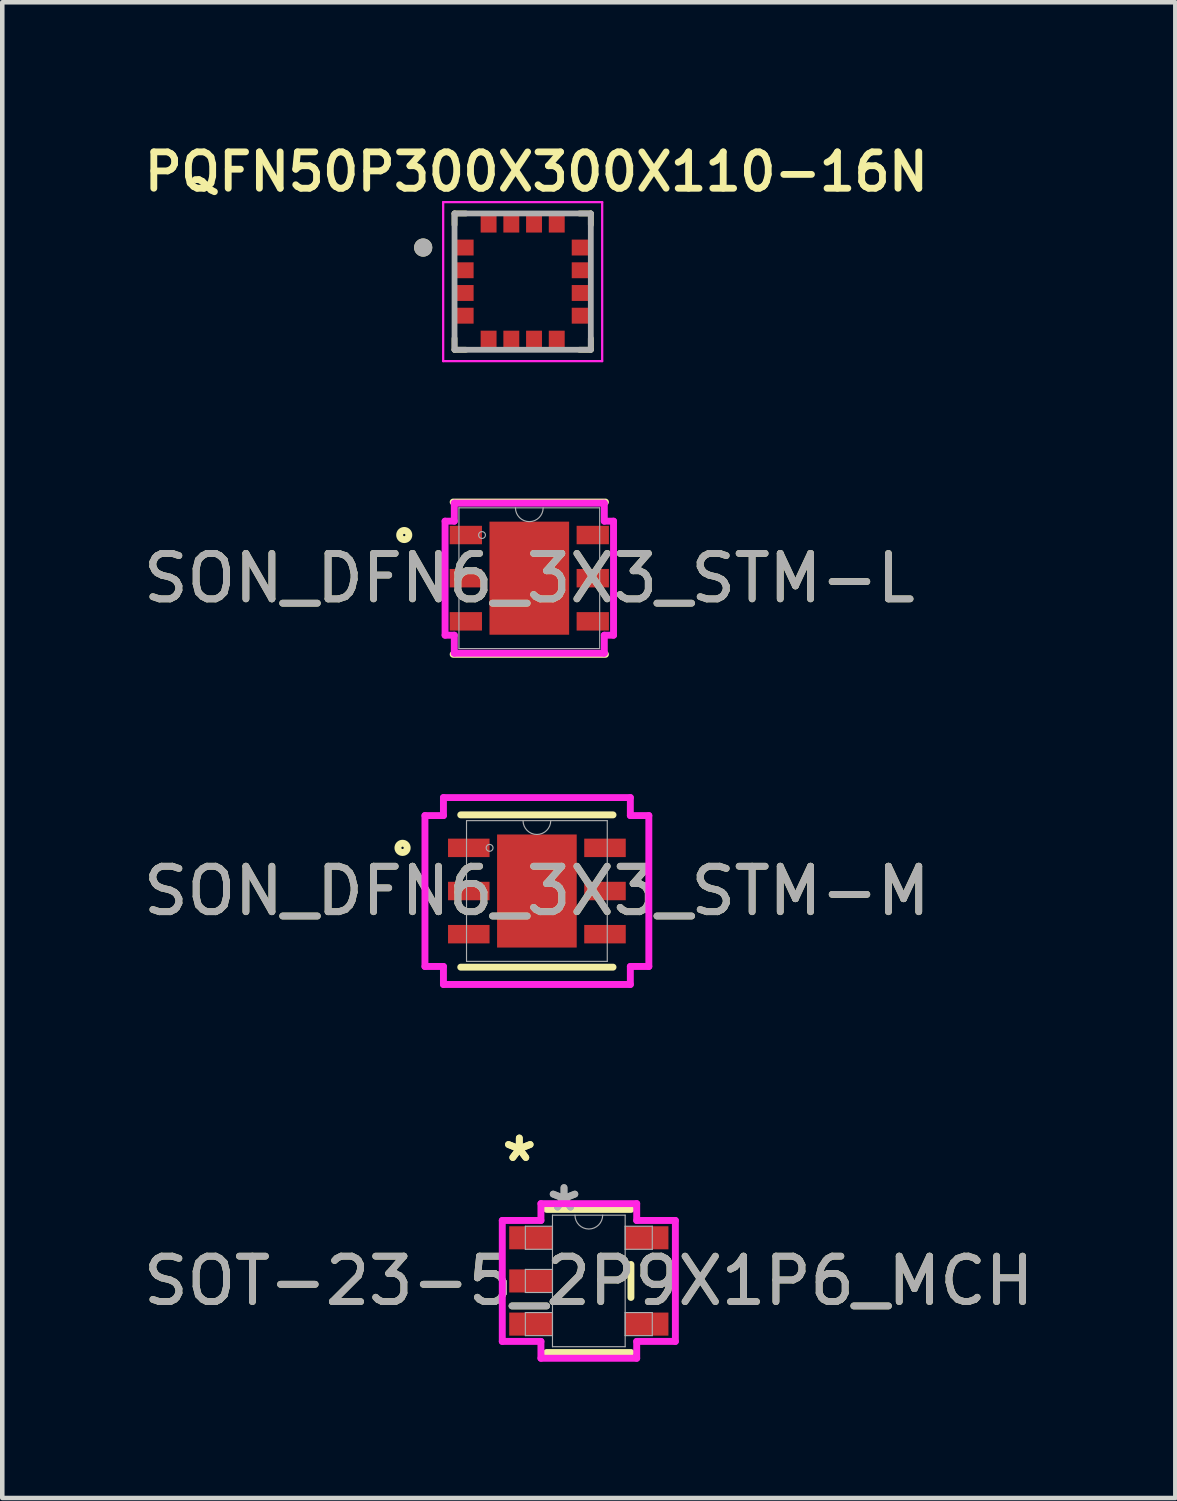
<source format=kicad_pcb>
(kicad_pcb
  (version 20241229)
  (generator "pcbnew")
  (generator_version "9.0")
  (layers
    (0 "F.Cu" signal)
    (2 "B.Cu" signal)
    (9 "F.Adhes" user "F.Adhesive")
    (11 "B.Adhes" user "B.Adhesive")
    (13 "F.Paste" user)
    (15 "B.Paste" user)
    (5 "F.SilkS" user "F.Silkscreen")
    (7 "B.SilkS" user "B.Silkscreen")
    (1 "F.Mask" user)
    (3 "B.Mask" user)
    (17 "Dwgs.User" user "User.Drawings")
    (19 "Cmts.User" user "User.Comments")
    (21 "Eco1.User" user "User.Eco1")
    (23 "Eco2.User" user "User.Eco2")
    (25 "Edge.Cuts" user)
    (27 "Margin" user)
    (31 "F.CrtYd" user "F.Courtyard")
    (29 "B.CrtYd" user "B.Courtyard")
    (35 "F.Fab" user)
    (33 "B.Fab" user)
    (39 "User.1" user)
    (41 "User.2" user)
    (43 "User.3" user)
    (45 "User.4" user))
  (footprint "PQFN50P300X300X110-16N"
    (layer "F.Cu")
    (at 8.455 3.149)
    (property "Reference" "PQFN50P300X300X110-16N" (at 0.3 -2.418 0) (layer "F.SilkS") (effects (font (size 0.8 0.8) (thickness 0.15))))
    (attr smd)
    (fp_line (start -1.5 -1.5) (end -1.5 -1.25) (stroke (width 0.127) (type solid)) (layer "F.SilkS"))
    (fp_line (start -1.5 -1.5) (end -1.25 -1.5) (stroke (width 0.127) (type solid)) (layer "F.SilkS"))
    (fp_line (start -1.5 1.5) (end -1.5 1.25) (stroke (width 0.127) (type solid)) (layer "F.SilkS"))
    (fp_line (start -1.5 1.5) (end -1.25 1.5) (stroke (width 0.127) (type solid)) (layer "F.SilkS"))
    (fp_line (start 1.5 -1.5) (end 1.25 -1.5) (stroke (width 0.127) (type solid)) (layer "F.SilkS"))
    (fp_line (start 1.5 -1.5) (end 1.5 -1.25) (stroke (width 0.127) (type solid)) (layer "F.SilkS"))
    (fp_line (start 1.5 1.5) (end 1.25 1.5) (stroke (width 0.127) (type solid)) (layer "F.SilkS"))
    (fp_line (start 1.5 1.5) (end 1.5 1.25) (stroke (width 0.127) (type solid)) (layer "F.SilkS"))
    (fp_circle (center -2.19 -0.75) (end -2.09 -0.75) (stroke (width 0.2) (type solid)) (fill no) (layer "F.SilkS"))
    (fp_line (start -1.75 -1.75) (end 1.75 -1.75) (stroke (width 0.05) (type solid)) (layer "F.CrtYd"))
    (fp_line (start -1.75 1.75) (end -1.75 -1.75) (stroke (width 0.05) (type solid)) (layer "F.CrtYd"))
    (fp_line (start -1.75 1.75) (end 1.75 1.75) (stroke (width 0.05) (type solid)) (layer "F.CrtYd"))
    (fp_line (start 1.75 1.75) (end 1.75 -1.75) (stroke (width 0.05) (type solid)) (layer "F.CrtYd"))
    (fp_line (start -1.5 1.5) (end -1.5 -1.5) (stroke (width 0.127) (type solid)) (layer "F.Fab"))
    (fp_line (start 1.5 -1.5) (end -1.5 -1.5) (stroke (width 0.127) (type solid)) (layer "F.Fab"))
    (fp_line (start 1.5 1.5) (end -1.5 1.5) (stroke (width 0.127) (type solid)) (layer "F.Fab"))
    (fp_line (start 1.5 1.5) (end 1.5 -1.5) (stroke (width 0.127) (type solid)) (layer "F.Fab"))
    (fp_circle (center -2.19 -0.75) (end -2.09 -0.75) (stroke (width 0.2) (type solid)) (fill no) (layer "F.Fab"))
    (pad "1" smd rect (at -1.295 -0.75) (size 0.43 0.35) (layers "F.Cu" "F.Mask" "F.Paste"))
    (pad "2" smd rect (at -1.295 -0.25) (size 0.43 0.35) (layers "F.Cu" "F.Mask" "F.Paste"))
    (pad "3" smd rect (at -1.295 0.25) (size 0.43 0.35) (layers "F.Cu" "F.Mask" "F.Paste"))
    (pad "4" smd rect (at -1.295 0.75) (size 0.43 0.35) (layers "F.Cu" "F.Mask" "F.Paste"))
    (pad "5" smd rect (at -0.75 1.295) (size 0.35 0.43) (layers "F.Cu" "F.Mask" "F.Paste"))
    (pad "6" smd rect (at -0.25 1.295) (size 0.35 0.43) (layers "F.Cu" "F.Mask" "F.Paste"))
    (pad "7" smd rect (at 0.25 1.295) (size 0.35 0.43) (layers "F.Cu" "F.Mask" "F.Paste"))
    (pad "8" smd rect (at 0.75 1.295) (size 0.35 0.43) (layers "F.Cu" "F.Mask" "F.Paste"))
    (pad "9" smd rect (at 1.295 0.75) (size 0.43 0.35) (layers "F.Cu" "F.Mask" "F.Paste"))
    (pad "10" smd rect (at 1.295 0.25) (size 0.43 0.35) (layers "F.Cu" "F.Mask" "F.Paste"))
    (pad "11" smd rect (at 1.295 -0.25) (size 0.43 0.35) (layers "F.Cu" "F.Mask" "F.Paste"))
    (pad "12" smd rect (at 1.295 -0.75) (size 0.43 0.35) (layers "F.Cu" "F.Mask" "F.Paste"))
    (pad "13" smd rect (at 0.75 -1.295) (size 0.35 0.43) (layers "F.Cu" "F.Mask" "F.Paste"))
    (pad "14" smd rect (at 0.25 -1.295) (size 0.35 0.43) (layers "F.Cu" "F.Mask" "F.Paste"))
    (pad "15" smd rect (at -0.25 -1.295) (size 0.35 0.43) (layers "F.Cu" "F.Mask" "F.Paste"))
    (pad "16" smd rect (at -0.75 -1.295) (size 0.35 0.43) (layers "F.Cu" "F.Mask" "F.Paste")))
  (footprint "SOT-23-5_2P9X1P6_MCH"
    (layer "F.Cu")
    (at 9.911 25.146)
    (property "Reference" "SOT-23-5_2P9X1P6_MCH" (at 0 0 0) (unlocked yes) (layer "F.SilkS") (effects (font (size 1 1) (thickness 0.15))))
    (attr smd)
    (fp_line (start -0.927 1.575) (end 0.927 1.575) (stroke (width 0.152) (type solid)) (layer "F.SilkS"))
    (fp_line (start 0.927 -1.575) (end -0.927 -1.575) (stroke (width 0.152) (type solid)) (layer "F.SilkS"))
    (fp_line (start 0.927 0.363) (end 0.927 -0.363) (stroke (width 0.152) (type solid)) (layer "F.SilkS"))
    (fp_line (start -1.905 -1.331) (end -1.054 -1.331) (stroke (width 0.152) (type solid)) (layer "F.CrtYd"))
    (fp_line (start -1.905 1.331) (end -1.905 -1.331) (stroke (width 0.152) (type solid)) (layer "F.CrtYd"))
    (fp_line (start -1.054 -1.702) (end 1.054 -1.702) (stroke (width 0.152) (type solid)) (layer "F.CrtYd"))
    (fp_line (start -1.054 -1.331) (end -1.054 -1.702) (stroke (width 0.152) (type solid)) (layer "F.CrtYd"))
    (fp_line (start -1.054 1.331) (end -1.905 1.331) (stroke (width 0.152) (type solid)) (layer "F.CrtYd"))
    (fp_line (start -1.054 1.702) (end -1.054 1.331) (stroke (width 0.152) (type solid)) (layer "F.CrtYd"))
    (fp_line (start 1.054 -1.702) (end 1.054 -1.331) (stroke (width 0.152) (type solid)) (layer "F.CrtYd"))
    (fp_line (start 1.054 -1.331) (end 1.905 -1.331) (stroke (width 0.152) (type solid)) (layer "F.CrtYd"))
    (fp_line (start 1.054 1.331) (end 1.054 1.702) (stroke (width 0.152) (type solid)) (layer "F.CrtYd"))
    (fp_line (start 1.054 1.702) (end -1.054 1.702) (stroke (width 0.152) (type solid)) (layer "F.CrtYd"))
    (fp_line (start 1.905 -1.331) (end 1.905 1.331) (stroke (width 0.152) (type solid)) (layer "F.CrtYd"))
    (fp_line (start 1.905 1.331) (end 1.054 1.331) (stroke (width 0.152) (type solid)) (layer "F.CrtYd"))
    (fp_line (start -1.397 -1.204) (end -1.397 -0.696) (stroke (width 0.025) (type solid)) (layer "F.Fab"))
    (fp_line (start -1.397 -0.696) (end -0.8 -0.696) (stroke (width 0.025) (type solid)) (layer "F.Fab"))
    (fp_line (start -1.397 -0.254) (end -1.397 0.254) (stroke (width 0.025) (type solid)) (layer "F.Fab"))
    (fp_line (start -1.397 0.254) (end -0.8 0.254) (stroke (width 0.025) (type solid)) (layer "F.Fab"))
    (fp_line (start -1.397 0.696) (end -1.397 1.204) (stroke (width 0.025) (type solid)) (layer "F.Fab"))
    (fp_line (start -1.397 1.204) (end -0.8 1.204) (stroke (width 0.025) (type solid)) (layer "F.Fab"))
    (fp_line (start -0.8 -1.448) (end -0.8 1.448) (stroke (width 0.025) (type solid)) (layer "F.Fab"))
    (fp_line (start -0.8 -1.204) (end -1.397 -1.204) (stroke (width 0.025) (type solid)) (layer "F.Fab"))
    (fp_line (start -0.8 -0.696) (end -0.8 -1.204) (stroke (width 0.025) (type solid)) (layer "F.Fab"))
    (fp_line (start -0.8 -0.254) (end -1.397 -0.254) (stroke (width 0.025) (type solid)) (layer "F.Fab"))
    (fp_line (start -0.8 0.254) (end -0.8 -0.254) (stroke (width 0.025) (type solid)) (layer "F.Fab"))
    (fp_line (start -0.8 0.696) (end -1.397 0.696) (stroke (width 0.025) (type solid)) (layer "F.Fab"))
    (fp_line (start -0.8 1.204) (end -0.8 0.696) (stroke (width 0.025) (type solid)) (layer "F.Fab"))
    (fp_line (start -0.8 1.448) (end 0.8 1.448) (stroke (width 0.025) (type solid)) (layer "F.Fab"))
    (fp_line (start 0.8 -1.448) (end -0.8 -1.448) (stroke (width 0.025) (type solid)) (layer "F.Fab"))
    (fp_line (start 0.8 -1.204) (end 0.8 -0.696) (stroke (width 0.025) (type solid)) (layer "F.Fab"))
    (fp_line (start 0.8 -0.696) (end 1.397 -0.696) (stroke (width 0.025) (type solid)) (layer "F.Fab"))
    (fp_line (start 0.8 0.696) (end 0.8 1.204) (stroke (width 0.025) (type solid)) (layer "F.Fab"))
    (fp_line (start 0.8 1.204) (end 1.397 1.204) (stroke (width 0.025) (type solid)) (layer "F.Fab"))
    (fp_line (start 0.8 1.448) (end 0.8 -1.448) (stroke (width 0.025) (type solid)) (layer "F.Fab"))
    (fp_line (start 1.397 -1.204) (end 0.8 -1.204) (stroke (width 0.025) (type solid)) (layer "F.Fab"))
    (fp_line (start 1.397 -0.696) (end 1.397 -1.204) (stroke (width 0.025) (type solid)) (layer "F.Fab"))
    (fp_line (start 1.397 0.696) (end 0.8 0.696) (stroke (width 0.025) (type solid)) (layer "F.Fab"))
    (fp_line (start 1.397 1.204) (end 1.397 0.696) (stroke (width 0.025) (type solid)) (layer "F.Fab"))
    (fp_arc (start 0.3048 -1.4478) (mid 0 -1.143) (end -0.3048 -1.4478) (stroke (width 0.0254) (type solid)) (layer "F.Fab"))
    (fp_text user "*" (at -1.53 -2.601 0) (unlocked yes) (layer "F.SilkS") (effects (font (size 1 1) (thickness 0.15))))
    (fp_text user "*" (at -1.53 -2.601 0) (layer "F.SilkS") (effects (font (size 1 1) (thickness 0.15))))
    (fp_text user "*" (at -0.546 -1.509 0) (unlocked yes) (layer "F.Fab") (effects (font (size 1 1) (thickness 0.15))))
    (fp_text user "${REFERENCE}" (at 0 0 0) (unlocked yes) (layer "F.Fab") (effects (font (size 1 1) (thickness 0.15))))
    (fp_text user "*" (at -0.546 -1.509 0) (layer "F.Fab") (effects (font (size 1 1) (thickness 0.15))))
    (pad "1" smd rect (at -1.276 -0.95) (size 0.953 0.508) (layers "F.Cu" "F.Mask" "F.Paste"))
    (pad "2" smd rect (at -1.276 0) (size 0.953 0.508) (layers "F.Cu" "F.Mask" "F.Paste"))
    (pad "3" smd rect (at -1.276 0.95) (size 0.953 0.508) (layers "F.Cu" "F.Mask" "F.Paste"))
    (pad "4" smd rect (at 1.276 0.95) (size 0.953 0.508) (layers "F.Cu" "F.Mask" "F.Paste"))
    (pad "5" smd rect (at 1.276 -0.95) (size 0.953 0.508) (layers "F.Cu" "F.Mask" "F.Paste")))
  (footprint "SON_DFN6_3X3_STM-L"
    (layer "F.Cu")
    (at 8.601 9.677)
    (property "Reference" "SON_DFN6_3X3_STM-L" (at 0 0 0) (unlocked yes) (layer "F.SilkS") (effects (font (size 1 1) (thickness 0.15))))
    (attr smd)
    (fp_line (start -1.676 1.676) (end 1.676 1.676) (stroke (width 0.152) (type solid)) (layer "F.SilkS"))
    (fp_line (start 1.676 -1.676) (end -1.676 -1.676) (stroke (width 0.152) (type solid)) (layer "F.SilkS"))
    (fp_circle (center -2.753 -0.95) (end -2.652 -0.95) (stroke (width 0.152) (type solid)) (fill no) (layer "F.SilkS"))
    (fp_line (start -1.854 -1.255) (end -1.651 -1.255) (stroke (width 0.152) (type solid)) (layer "F.CrtYd"))
    (fp_line (start -1.854 1.255) (end -1.854 -1.255) (stroke (width 0.152) (type solid)) (layer "F.CrtYd"))
    (fp_line (start -1.854 1.255) (end -1.651 1.255) (stroke (width 0.152) (type solid)) (layer "F.CrtYd"))
    (fp_line (start -1.651 -1.651) (end 1.651 -1.651) (stroke (width 0.152) (type solid)) (layer "F.CrtYd"))
    (fp_line (start -1.651 -1.255) (end -1.651 -1.651) (stroke (width 0.152) (type solid)) (layer "F.CrtYd"))
    (fp_line (start -1.651 1.651) (end -1.651 1.255) (stroke (width 0.152) (type solid)) (layer "F.CrtYd"))
    (fp_line (start 1.651 -1.651) (end 1.651 -1.255) (stroke (width 0.152) (type solid)) (layer "F.CrtYd"))
    (fp_line (start 1.651 1.255) (end 1.651 1.651) (stroke (width 0.152) (type solid)) (layer "F.CrtYd"))
    (fp_line (start 1.651 1.651) (end -1.651 1.651) (stroke (width 0.152) (type solid)) (layer "F.CrtYd"))
    (fp_line (start 1.854 -1.255) (end 1.651 -1.255) (stroke (width 0.152) (type solid)) (layer "F.CrtYd"))
    (fp_line (start 1.854 -1.255) (end 1.854 1.255) (stroke (width 0.152) (type solid)) (layer "F.CrtYd"))
    (fp_line (start 1.854 1.255) (end 1.651 1.255) (stroke (width 0.152) (type solid)) (layer "F.CrtYd"))
    (fp_line (start -1.549 -1.549) (end -1.549 1.549) (stroke (width 0.025) (type solid)) (layer "F.Fab"))
    (fp_line (start -1.549 1.549) (end 1.549 1.549) (stroke (width 0.025) (type solid)) (layer "F.Fab"))
    (fp_line (start 1.549 -1.549) (end -1.549 -1.549) (stroke (width 0.025) (type solid)) (layer "F.Fab"))
    (fp_line (start 1.549 1.549) (end 1.549 -1.549) (stroke (width 0.025) (type solid)) (layer "F.Fab"))
    (fp_arc (start 0.3048 -1.5494) (mid 0 -1.2446) (end -0.3048 -1.5494) (stroke (width 0.0254) (type solid)) (layer "F.Fab"))
    (fp_circle (center -1.041 -0.95) (end -0.965 -0.95) (stroke (width 0.025) (type solid)) (fill no) (layer "F.Fab"))
    (fp_text user "${REFERENCE}" (at 0 0 0) (unlocked yes) (layer "F.Fab") (effects (font (size 1 1) (thickness 0.15))))
    (pad "1" smd rect (at -1.397 -0.95) (size 0.711 0.406) (layers "F.Cu" "F.Mask" "F.Paste"))
    (pad "2" smd rect (at -1.397 0) (size 0.711 0.406) (layers "F.Cu" "F.Mask" "F.Paste"))
    (pad "3" smd rect (at -1.397 0.95) (size 0.711 0.406) (layers "F.Cu" "F.Mask" "F.Paste"))
    (pad "4" smd rect (at 1.397 0.95) (size 0.711 0.406) (layers "F.Cu" "F.Mask" "F.Paste"))
    (pad "5" smd rect (at 1.397 0) (size 0.711 0.406) (layers "F.Cu" "F.Mask" "F.Paste"))
    (pad "6" smd rect (at 1.397 -0.95) (size 0.711 0.406) (layers "F.Cu" "F.Mask" "F.Paste"))
    (pad "7" smd rect (at 0 0) (size 1.753 2.489) (layers "F.Cu" "F.Mask" "F.Paste")))
  (footprint "SON_DFN6_3X3_STM-M"
    (layer "F.Cu")
    (at 8.768 16.563)
    (property "Reference" "SON_DFN6_3X3_STM-M" (at 0 0 0) (unlocked yes) (layer "F.SilkS") (effects (font (size 1 1) (thickness 0.15))))
    (attr smd)
    (fp_line (start -1.676 1.676) (end 1.676 1.676) (stroke (width 0.152) (type solid)) (layer "F.SilkS"))
    (fp_line (start 1.676 -1.676) (end -1.676 -1.676) (stroke (width 0.152) (type solid)) (layer "F.SilkS"))
    (fp_circle (center -2.957 -0.95) (end -2.855 -0.95) (stroke (width 0.152) (type solid)) (fill no) (layer "F.SilkS"))
    (fp_line (start -2.464 -1.661) (end -2.057 -1.661) (stroke (width 0.152) (type solid)) (layer "F.CrtYd"))
    (fp_line (start -2.464 1.661) (end -2.464 -1.661) (stroke (width 0.152) (type solid)) (layer "F.CrtYd"))
    (fp_line (start -2.464 1.661) (end -2.057 1.661) (stroke (width 0.152) (type solid)) (layer "F.CrtYd"))
    (fp_line (start -2.057 -2.057) (end 2.057 -2.057) (stroke (width 0.152) (type solid)) (layer "F.CrtYd"))
    (fp_line (start -2.057 -1.661) (end -2.057 -2.057) (stroke (width 0.152) (type solid)) (layer "F.CrtYd"))
    (fp_line (start -2.057 2.057) (end -2.057 1.661) (stroke (width 0.152) (type solid)) (layer "F.CrtYd"))
    (fp_line (start 2.057 -2.057) (end 2.057 -1.661) (stroke (width 0.152) (type solid)) (layer "F.CrtYd"))
    (fp_line (start 2.057 1.661) (end 2.057 2.057) (stroke (width 0.152) (type solid)) (layer "F.CrtYd"))
    (fp_line (start 2.057 2.057) (end -2.057 2.057) (stroke (width 0.152) (type solid)) (layer "F.CrtYd"))
    (fp_line (start 2.464 -1.661) (end 2.057 -1.661) (stroke (width 0.152) (type solid)) (layer "F.CrtYd"))
    (fp_line (start 2.464 -1.661) (end 2.464 1.661) (stroke (width 0.152) (type solid)) (layer "F.CrtYd"))
    (fp_line (start 2.464 1.661) (end 2.057 1.661) (stroke (width 0.152) (type solid)) (layer "F.CrtYd"))
    (fp_line (start -1.549 -1.549) (end -1.549 1.549) (stroke (width 0.025) (type solid)) (layer "F.Fab"))
    (fp_line (start -1.549 1.549) (end 1.549 1.549) (stroke (width 0.025) (type solid)) (layer "F.Fab"))
    (fp_line (start 1.549 -1.549) (end -1.549 -1.549) (stroke (width 0.025) (type solid)) (layer "F.Fab"))
    (fp_line (start 1.549 1.549) (end 1.549 -1.549) (stroke (width 0.025) (type solid)) (layer "F.Fab"))
    (fp_arc (start 0.3048 -1.5494) (mid 0 -1.2446) (end -0.3048 -1.5494) (stroke (width 0.0254) (type solid)) (layer "F.Fab"))
    (fp_circle (center -1.041 -0.95) (end -0.965 -0.95) (stroke (width 0.025) (type solid)) (fill no) (layer "F.Fab"))
    (fp_text user "${REFERENCE}" (at 0 0 0) (unlocked yes) (layer "F.Fab") (effects (font (size 1 1) (thickness 0.15))))
    (pad "1" smd rect (at -1.499 -0.95) (size 0.914 0.406) (layers "F.Cu" "F.Mask" "F.Paste"))
    (pad "2" smd rect (at -1.499 0) (size 0.914 0.406) (layers "F.Cu" "F.Mask" "F.Paste"))
    (pad "3" smd rect (at -1.499 0.95) (size 0.914 0.406) (layers "F.Cu" "F.Mask" "F.Paste"))
    (pad "4" smd rect (at 1.499 0.95) (size 0.914 0.406) (layers "F.Cu" "F.Mask" "F.Paste"))
    (pad "5" smd rect (at 1.499 0) (size 0.914 0.406) (layers "F.Cu" "F.Mask" "F.Paste"))
    (pad "6" smd rect (at 1.499 -0.95) (size 0.914 0.406) (layers "F.Cu" "F.Mask" "F.Paste"))
    (pad "7" smd rect (at 0 0) (size 1.753 2.489) (layers "F.Cu" "F.Mask" "F.Paste")))
  (gr_rect
    (start -3 -3)
    (end 22.821 29.924)
    (stroke (width 0.1) (type default))
    (fill no)
    (layer "Edge.Cuts")))
</source>
